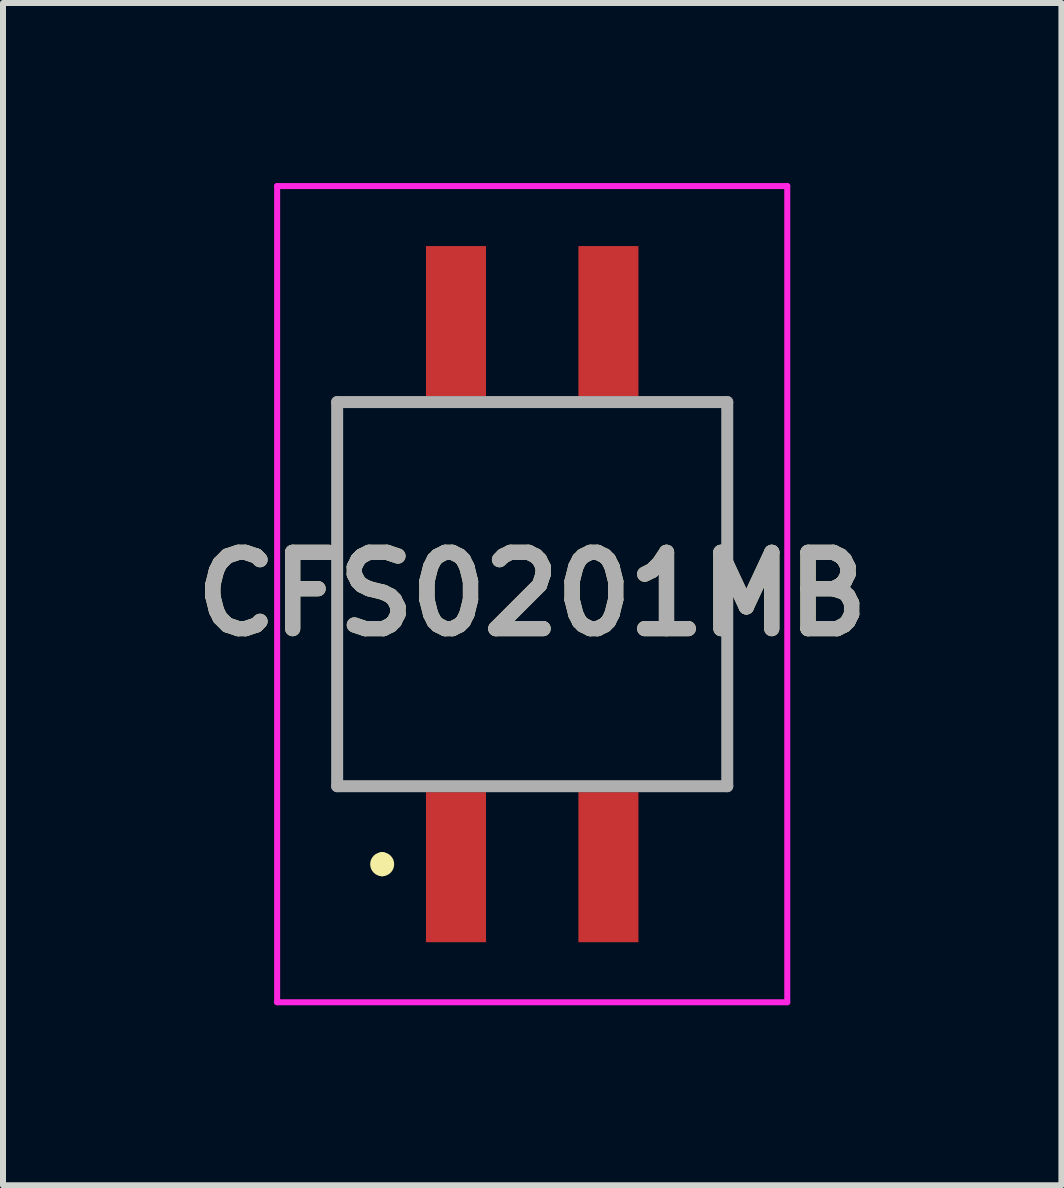
<source format=kicad_pcb>
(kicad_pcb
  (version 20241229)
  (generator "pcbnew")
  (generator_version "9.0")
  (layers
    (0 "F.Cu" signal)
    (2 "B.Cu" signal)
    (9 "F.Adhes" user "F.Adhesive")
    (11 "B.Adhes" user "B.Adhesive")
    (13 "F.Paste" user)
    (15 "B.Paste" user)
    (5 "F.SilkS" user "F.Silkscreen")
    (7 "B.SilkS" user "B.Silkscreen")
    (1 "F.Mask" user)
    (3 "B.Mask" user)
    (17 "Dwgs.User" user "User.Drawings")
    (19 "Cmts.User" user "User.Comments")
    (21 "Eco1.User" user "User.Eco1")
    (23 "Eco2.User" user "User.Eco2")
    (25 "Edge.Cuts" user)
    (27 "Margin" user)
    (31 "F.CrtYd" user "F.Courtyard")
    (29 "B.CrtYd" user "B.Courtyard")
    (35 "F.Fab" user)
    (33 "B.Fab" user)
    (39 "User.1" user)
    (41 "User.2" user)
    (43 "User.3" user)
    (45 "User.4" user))
  (footprint "CFS0201MB"
    (layer "F.Cu")
    (at 5.818 6.85)
    (property "Reference" "CFS0201MB" (at 0 0 0) (layer "F.SilkS") (effects (font (size 1.27 1.27) (thickness 0.254))))
    (attr smd)
    (fp_line (start -3.25 -3.2) (end -3.25 3.2) (stroke (width 0.1) (type solid)) (layer "F.SilkS"))
    (fp_line (start -3.25 3.2) (end -2.5 3.2) (stroke (width 0.1) (type solid)) (layer "F.SilkS"))
    (fp_line (start -2.5 -3.2) (end -3.25 -3.2) (stroke (width 0.1) (type solid)) (layer "F.SilkS"))
    (fp_line (start -2.5 4.4) (end -2.5 4.4) (stroke (width 0.2) (type solid)) (layer "F.SilkS"))
    (fp_line (start -2.5 4.6) (end -2.5 4.6) (stroke (width 0.2) (type solid)) (layer "F.SilkS"))
    (fp_line (start 2.5 -3.2) (end 3.25 -3.2) (stroke (width 0.1) (type solid)) (layer "F.SilkS"))
    (fp_line (start 3.25 -3.2) (end 3.25 3.2) (stroke (width 0.1) (type solid)) (layer "F.SilkS"))
    (fp_line (start 3.25 3.2) (end 2.5 3.2) (stroke (width 0.1) (type solid)) (layer "F.SilkS"))
    (fp_arc (start -2.5 4.4) (mid -2.4 4.5) (end -2.5 4.6) (stroke (width 0.2) (type solid)) (layer "F.SilkS"))
    (fp_arc (start -2.5 4.6) (mid -2.6 4.5) (end -2.5 4.4) (stroke (width 0.2) (type solid)) (layer "F.SilkS"))
    (fp_line (start -4.25 -6.8) (end 4.25 -6.8) (stroke (width 0.1) (type solid)) (layer "F.CrtYd"))
    (fp_line (start -4.25 6.8) (end -4.25 -6.8) (stroke (width 0.1) (type solid)) (layer "F.CrtYd"))
    (fp_line (start 4.25 -6.8) (end 4.25 6.8) (stroke (width 0.1) (type solid)) (layer "F.CrtYd"))
    (fp_line (start 4.25 6.8) (end -4.25 6.8) (stroke (width 0.1) (type solid)) (layer "F.CrtYd"))
    (fp_line (start -3.25 -3.2) (end 3.25 -3.2) (stroke (width 0.2) (type solid)) (layer "F.Fab"))
    (fp_line (start -3.25 3.2) (end -3.25 -3.2) (stroke (width 0.2) (type solid)) (layer "F.Fab"))
    (fp_line (start 3.25 -3.2) (end 3.25 3.2) (stroke (width 0.2) (type solid)) (layer "F.Fab"))
    (fp_line (start 3.25 3.2) (end -3.25 3.2) (stroke (width 0.2) (type solid)) (layer "F.Fab"))
    (fp_text user "${REFERENCE}" (at 0 0 0) (layer "F.Fab") (effects (font (size 1.27 1.27) (thickness 0.254))))
    (pad "A1" smd rect (at -1.27 4.55) (size 1 2.5) (layers "F.Cu" "F.Mask" "F.Paste"))
    (pad "A2" smd rect (at 1.27 4.55) (size 1 2.5) (layers "F.Cu" "F.Mask" "F.Paste"))
    (pad "B1" smd rect (at -1.27 -4.55) (size 1 2.5) (layers "F.Cu" "F.Mask" "F.Paste"))
    (pad "B2" smd rect (at 1.27 -4.55) (size 1 2.5) (layers "F.Cu" "F.Mask" "F.Paste")))
  (gr_rect
    (start -3 -3)
    (end 14.636 16.7)
    (stroke (width 0.1) (type default))
    (fill no)
    (layer "Edge.Cuts")))
</source>
